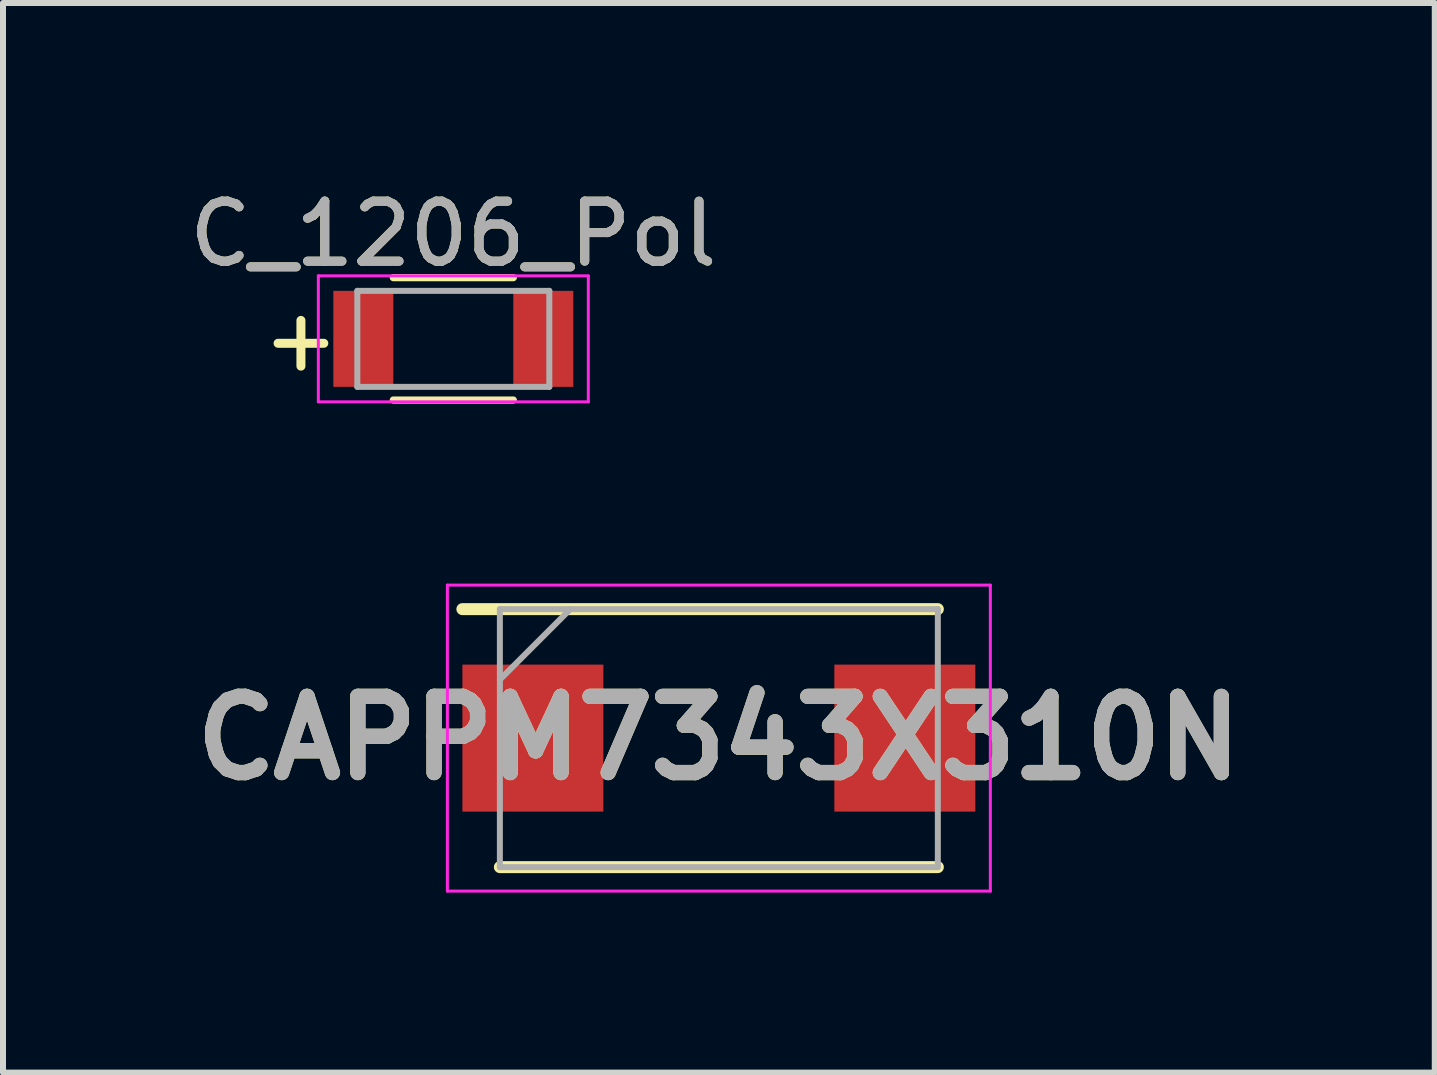
<source format=kicad_pcb>
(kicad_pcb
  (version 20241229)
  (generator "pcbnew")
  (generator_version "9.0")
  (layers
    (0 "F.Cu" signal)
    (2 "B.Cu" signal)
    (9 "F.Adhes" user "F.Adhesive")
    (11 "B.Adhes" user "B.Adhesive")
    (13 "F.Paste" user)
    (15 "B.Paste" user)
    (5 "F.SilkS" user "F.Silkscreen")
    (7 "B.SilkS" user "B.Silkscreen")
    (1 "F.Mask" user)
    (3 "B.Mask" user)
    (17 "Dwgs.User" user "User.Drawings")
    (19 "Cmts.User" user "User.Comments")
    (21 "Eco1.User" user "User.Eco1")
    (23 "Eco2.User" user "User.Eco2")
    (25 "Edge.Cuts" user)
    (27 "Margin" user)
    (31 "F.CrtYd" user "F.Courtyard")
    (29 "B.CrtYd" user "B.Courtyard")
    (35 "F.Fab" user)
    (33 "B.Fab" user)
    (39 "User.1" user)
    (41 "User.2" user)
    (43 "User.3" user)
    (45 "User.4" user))
  (footprint "C_1206_Pol"
    (layer "F.Cu")
    (at 4.506 2.598)
    (property "Reference" "C_1206_Pol" (at 0 -1.75 0) (layer "F.SilkS") (effects (font (size 1 1) (thickness 0.15))))
    (attr smd)
    (fp_line (start -1 1.02) (end 1 1.02) (stroke (width 0.12) (type solid)) (layer "F.SilkS"))
    (fp_line (start 1 -1.02) (end -1 -1.02) (stroke (width 0.12) (type solid)) (layer "F.SilkS"))
    (fp_line (start -2.25 -1.05) (end -2.25 1.05) (stroke (width 0.05) (type solid)) (layer "F.CrtYd"))
    (fp_line (start -2.25 -1.05) (end 2.25 -1.05) (stroke (width 0.05) (type solid)) (layer "F.CrtYd"))
    (fp_line (start 2.25 1.05) (end -2.25 1.05) (stroke (width 0.05) (type solid)) (layer "F.CrtYd"))
    (fp_line (start 2.25 1.05) (end 2.25 -1.05) (stroke (width 0.05) (type solid)) (layer "F.CrtYd"))
    (fp_line (start -1.6 -0.8) (end 1.6 -0.8) (stroke (width 0.1) (type solid)) (layer "F.Fab"))
    (fp_line (start -1.6 0.8) (end -1.6 -0.8) (stroke (width 0.1) (type solid)) (layer "F.Fab"))
    (fp_line (start 1.6 -0.8) (end 1.6 0.8) (stroke (width 0.1) (type solid)) (layer "F.Fab"))
    (fp_line (start 1.6 0.8) (end -1.6 0.8) (stroke (width 0.1) (type solid)) (layer "F.Fab"))
    (fp_text user "+" (at -2.54 0 0) (layer "F.SilkS") (effects (font (size 1 1) (thickness 0.15))))
    (fp_text user "${REFERENCE}" (at 0 -1.75 0) (layer "F.Fab") (effects (font (size 1 1) (thickness 0.15))))
    (pad "1" smd rect (at -1.5 0) (size 1 1.6) (layers "F.Cu" "F.Mask" "F.Paste"))
    (pad "2" smd rect (at 1.5 0) (size 1 1.6) (layers "F.Cu" "F.Mask" "F.Paste")))
  (footprint "CAPPM7343X310N"
    (layer "F.Cu")
    (at 8.932 9.253)
    (property "Reference" "CAPPM7343X310N" (at 0 0 0) (layer "F.SilkS") (effects (font (size 1.27 1.27) (thickness 0.254))))
    (attr smd)
    (fp_line (start -3.65 2.15) (end 3.65 2.15) (stroke (width 0.2) (type solid)) (layer "F.SilkS"))
    (fp_line (start 3.65 -2.15) (end -4.275 -2.15) (stroke (width 0.2) (type solid)) (layer "F.SilkS"))
    (fp_line (start -4.525 -2.55) (end 4.525 -2.55) (stroke (width 0.05) (type solid)) (layer "F.CrtYd"))
    (fp_line (start -4.525 2.55) (end -4.525 -2.55) (stroke (width 0.05) (type solid)) (layer "F.CrtYd"))
    (fp_line (start 4.525 -2.55) (end 4.525 2.55) (stroke (width 0.05) (type solid)) (layer "F.CrtYd"))
    (fp_line (start 4.525 2.55) (end -4.525 2.55) (stroke (width 0.05) (type solid)) (layer "F.CrtYd"))
    (fp_line (start -3.65 -2.15) (end 3.65 -2.15) (stroke (width 0.1) (type solid)) (layer "F.Fab"))
    (fp_line (start -3.65 -0.975) (end -2.475 -2.15) (stroke (width 0.1) (type solid)) (layer "F.Fab"))
    (fp_line (start -3.65 2.15) (end -3.65 -2.15) (stroke (width 0.1) (type solid)) (layer "F.Fab"))
    (fp_line (start 3.65 -2.15) (end 3.65 2.15) (stroke (width 0.1) (type solid)) (layer "F.Fab"))
    (fp_line (start 3.65 2.15) (end -3.65 2.15) (stroke (width 0.1) (type solid)) (layer "F.Fab"))
    (fp_text user "${REFERENCE}" (at 0 0 0) (layer "F.Fab") (effects (font (size 1.27 1.27) (thickness 0.254))))
    (pad "1" smd rect (at -3.1 0) (size 2.35 2.45) (layers "F.Cu" "F.Mask" "F.Paste"))
    (pad "2" smd rect (at 3.1 0) (size 2.35 2.45) (layers "F.Cu" "F.Mask" "F.Paste")))
  (gr_rect
    (start -3 -3)
    (end 20.865 14.828)
    (stroke (width 0.1) (type default))
    (fill no)
    (layer "Edge.Cuts")))
</source>
